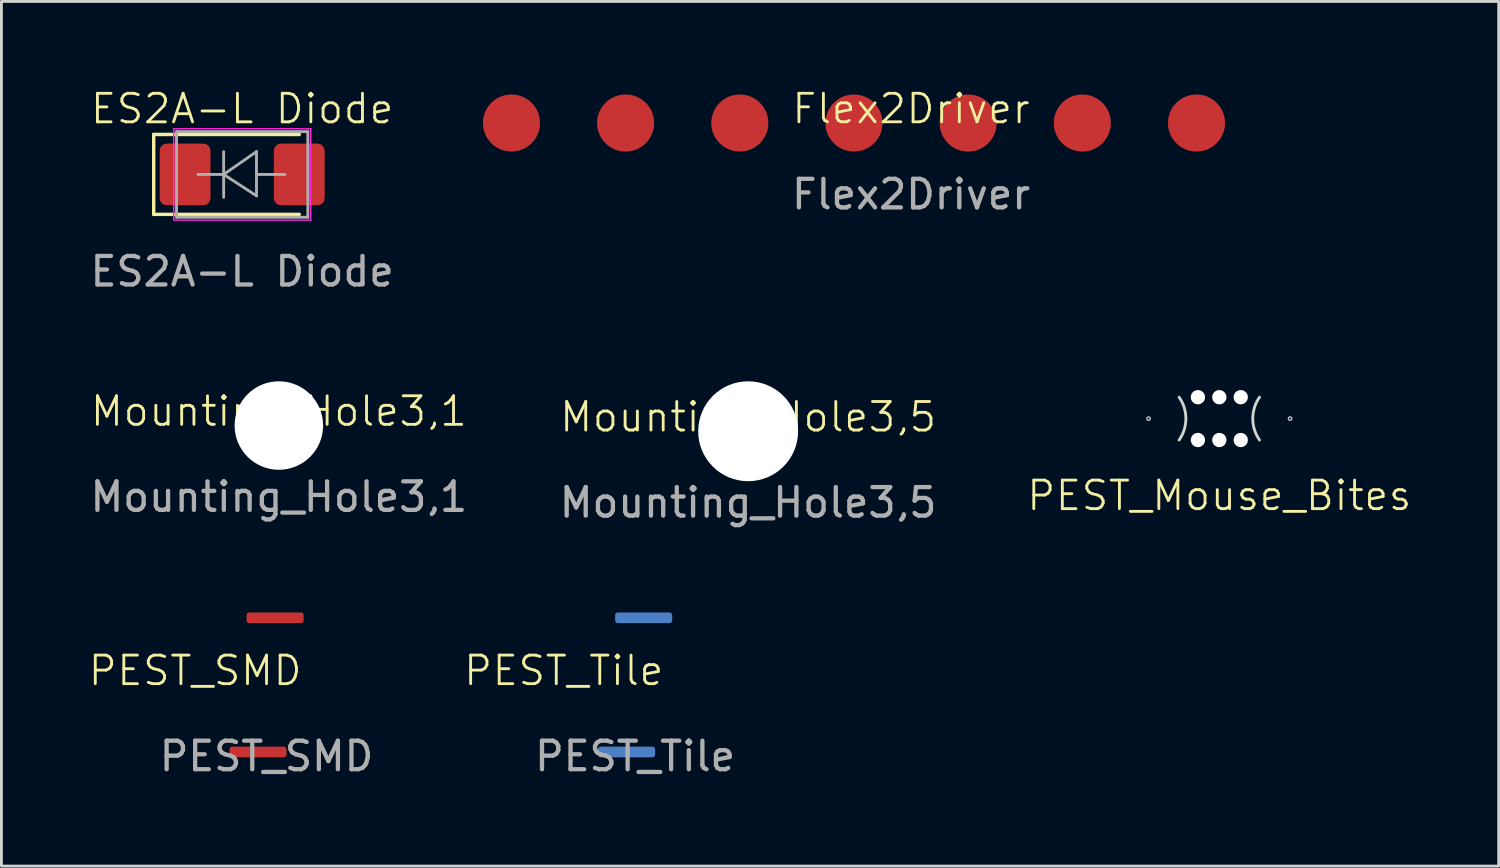
<source format=kicad_pcb>
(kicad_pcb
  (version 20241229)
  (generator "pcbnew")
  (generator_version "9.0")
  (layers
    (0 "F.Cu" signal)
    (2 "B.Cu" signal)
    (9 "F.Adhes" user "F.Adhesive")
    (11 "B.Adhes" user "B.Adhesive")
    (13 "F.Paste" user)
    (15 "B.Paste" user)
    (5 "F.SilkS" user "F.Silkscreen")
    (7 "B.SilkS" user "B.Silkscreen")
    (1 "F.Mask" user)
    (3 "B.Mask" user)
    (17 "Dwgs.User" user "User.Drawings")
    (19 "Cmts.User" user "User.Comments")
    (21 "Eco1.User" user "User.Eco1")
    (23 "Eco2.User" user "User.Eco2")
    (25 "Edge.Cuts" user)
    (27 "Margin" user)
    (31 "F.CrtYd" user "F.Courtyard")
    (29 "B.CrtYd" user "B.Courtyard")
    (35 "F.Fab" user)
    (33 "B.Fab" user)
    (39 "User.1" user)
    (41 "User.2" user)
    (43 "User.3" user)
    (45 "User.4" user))
  (footprint "Mounting_Hole3,1"
    (layer "F.Cu")
    (at 6.72 11.859)
    (property "Reference" "Mounting_Hole3,1" (at 0 -0.5 0) (unlocked yes) (layer "F.SilkS") (effects (font (size 1 1) (thickness 0.1))))
    (attr through_hole)
    (fp_text user "${REFERENCE}" (at 0 2.5 0) (unlocked yes) (layer "F.Fab") (effects (font (size 1 1) (thickness 0.15))))
    (pad "" np_thru_hole circle (at 0 0) (size 3.1 3.1) (drill 3.1) (layers "*.Cu" "*.Mask")))
  (footprint "PEST_SMD"
    (layer "F.Cu")
    (at 6.288 20.945)
    (property "Reference" "PEST_SMD" (at -2.5 -0.5 0) (unlocked yes) (layer "F.SilkS") (effects (font (size 1 1) (thickness 0.1))))
    (attr smd)
    (fp_text user "${REFERENCE}" (at 0 2.5 0) (unlocked yes) (layer "F.Fab") (effects (font (size 1 1) (thickness 0.15))))
    (pad "1" smd roundrect (at 0.3 -2.35) (size 2 0.375) (layers "F.Cu" "F.Mask" "F.Paste") (roundrect_rratio 0.25))
    (pad "2" smd roundrect (at -0.3 2.35) (size 2 0.375) (layers "F.Cu" "F.Mask" "F.Paste") (roundrect_rratio 0.25)))
  (footprint "PEST_Mouse_Bites"
    (layer "F.Cu")
    (at 39.669 14.813)
    (property "Reference" "PEST_Mouse_Bites" (at 0 -0.5 0) (unlocked yes) (layer "F.SilkS") (effects (font (size 1 1) (thickness 0.1))))
    (attr through_hole)
    (fp_circle (center -2.479 -3.197) (end -2.419 -3.197) (stroke (width 0.05) (type solid)) (fill no) (layer "Dwgs.User"))
    (fp_circle (center 2.479 -3.197) (end 2.539 -3.197) (stroke (width 0.05) (type solid)) (fill no) (layer "Dwgs.User"))
    (fp_line (start -2.479 -3.197) (end -2.479 -3.197) (stroke (width 2.615) (type solid)) (layer "Eco1.User"))
    (fp_line (start 2.479 -3.197) (end 2.479 -3.197) (stroke (width 2.615) (type solid)) (layer "Eco1.User"))
    (fp_arc (start -1.40818 -3.947) (mid -1.171834 -3.197) (end -1.40818 -2.447) (stroke (width 0.1) (type default)) (layer "Edge.Cuts"))
    (fp_arc (start 1.40818 -2.447) (mid 1.171834 -3.197) (end 1.40818 -3.947) (stroke (width 0.1) (type default)) (layer "Edge.Cuts"))
    (pad "" np_thru_hole circle (at -0.75 -3.947) (size 0.5 0.5) (drill 0.5) (layers "*.Cu" "*.Mask"))
    (pad "" np_thru_hole circle (at -0.75 -2.447) (size 0.5 0.5) (drill 0.5) (layers "*.Cu" "*.Mask"))
    (pad "" np_thru_hole circle (at 0 -3.947) (size 0.5 0.5) (drill 0.5) (layers "*.Cu" "*.Mask"))
    (pad "" np_thru_hole circle (at 0 -2.447) (size 0.5 0.5) (drill 0.5) (layers "*.Cu" "*.Mask"))
    (pad "" np_thru_hole circle (at 0.75 -3.947) (size 0.5 0.5) (drill 0.5) (layers "*.Cu" "*.Mask"))
    (pad "" np_thru_hole circle (at 0.75 -2.447) (size 0.5 0.5) (drill 0.5) (layers "*.Cu" "*.Mask")))
  (footprint "ES2A-L Diode"
    (layer "F.Cu")
    (at 5.435 3.061)
    (property "Reference" "ES2A-L Diode" (at 0 -2.3 0) (unlocked yes) (layer "F.SilkS") (effects (font (size 1 1) (thickness 0.1))))
    (attr smd)
    (fp_line (start -3.1 -1.4) (end -3.1 1.4) (stroke (width 0.12) (type solid)) (layer "F.SilkS"))
    (fp_line (start -3.1 -1.4) (end 2 -1.4) (stroke (width 0.12) (type solid)) (layer "F.SilkS"))
    (fp_line (start -3.1 1.4) (end 2 1.4) (stroke (width 0.12) (type solid)) (layer "F.SilkS"))
    (fp_line (start -2.4 -1.6) (end 2.4 -1.6) (stroke (width 0.05) (type solid)) (layer "F.CrtYd"))
    (fp_line (start -2.4 1.6) (end -2.4 -1.6) (stroke (width 0.05) (type solid)) (layer "F.CrtYd"))
    (fp_line (start 2.4 -1.6) (end 2.4 1.6) (stroke (width 0.05) (type solid)) (layer "F.CrtYd"))
    (fp_line (start 2.4 1.6) (end -2.4 1.6) (stroke (width 0.05) (type solid)) (layer "F.CrtYd"))
    (fp_line (start -2.3 1.5) (end -2.3 -1.5) (stroke (width 0.1) (type solid)) (layer "F.Fab"))
    (fp_line (start -0.649 -0.799) (end -0.649 0.801) (stroke (width 0.1) (type solid)) (layer "F.Fab"))
    (fp_line (start -0.649 0.001) (end -1.551 0.001) (stroke (width 0.1) (type solid)) (layer "F.Fab"))
    (fp_line (start -0.649 0.001) (end 0.501 -0.799) (stroke (width 0.1) (type solid)) (layer "F.Fab"))
    (fp_line (start -0.649 0.001) (end 0.501 0.75) (stroke (width 0.1) (type solid)) (layer "F.Fab"))
    (fp_line (start 0.501 0.001) (end 1.499 0.001) (stroke (width 0.1) (type solid)) (layer "F.Fab"))
    (fp_line (start 0.501 0.75) (end 0.501 -0.799) (stroke (width 0.1) (type solid)) (layer "F.Fab"))
    (fp_line (start 2.3 -1.5) (end -2.3 -1.5) (stroke (width 0.1) (type solid)) (layer "F.Fab"))
    (fp_line (start 2.3 -1.5) (end 2.3 1.5) (stroke (width 0.1) (type solid)) (layer "F.Fab"))
    (fp_line (start 2.3 1.5) (end -2.3 1.5) (stroke (width 0.1) (type solid)) (layer "F.Fab"))
    (fp_text user "${REFERENCE}" (at 0 3.4 0) (unlocked yes) (layer "F.Fab") (effects (font (size 1 1) (thickness 0.15))))
    (pad "1" smd roundrect (at -2 0) (size 1.78 2.16) (layers "F.Cu" "F.Mask" "F.Paste") (roundrect_rratio 0.139))
    (pad "2" smd roundrect (at 2 0) (size 1.78 2.16) (layers "F.Cu" "F.Mask" "F.Paste") (roundrect_rratio 0.139)))
  (footprint "Mounting_Hole3,5"
    (layer "F.Cu")
    (at 23.161 12.059)
    (property "Reference" "Mounting_Hole3,5" (at 0 -0.5 0) (unlocked yes) (layer "F.SilkS") (effects (font (size 1 1) (thickness 0.1))))
    (attr through_hole)
    (fp_text user "${REFERENCE}" (at 0 2.5 0) (unlocked yes) (layer "F.Fab") (effects (font (size 1 1) (thickness 0.15))))
    (pad "" np_thru_hole circle (at 0 0) (size 3.5 3.5) (drill 3.5) (layers "*.Cu" "*.Mask")))
  (footprint "PEST_Tile"
    (layer "F.Cu")
    (at 19.201 20.945)
    (property "Reference" "PEST_Tile" (at -2.5 -0.5 0) (unlocked yes) (layer "F.SilkS") (effects (font (size 1 1) (thickness 0.1))))
    (attr smd)
    (fp_text user "${REFERENCE}" (at 0 2.5 0) (unlocked yes) (layer "F.Fab") (effects (font (size 1 1) (thickness 0.15))))
    (pad "1" smd roundrect (at 0.3 -2.35) (size 2 0.375) (layers "B.Cu" "B.Mask" "B.Paste") (roundrect_rratio 0.25))
    (pad "2" smd roundrect (at -0.3 2.35) (size 2 0.375) (layers "B.Cu" "B.Mask" "B.Paste") (roundrect_rratio 0.25)))
  (footprint "Flex2Driver"
    (layer "F.Cu")
    (at 28.869 1.26)
    (property "Reference" "Flex2Driver" (at 0 -0.5 0) (unlocked yes) (layer "F.SilkS") (effects (font (size 1 1) (thickness 0.1))))
    (attr smd)
    (fp_text user "${REFERENCE}" (at 0 2.5 0) (unlocked yes) (layer "F.Fab") (effects (font (size 1 1) (thickness 0.15))))
    (pad "1" smd circle (at -14 0) (size 2 2) (layers "F.Cu" "F.Mask" "F.Paste"))
    (pad "2" smd circle (at -10 0) (size 2 2) (layers "F.Cu" "F.Mask" "F.Paste"))
    (pad "3" smd circle (at -6 0) (size 2 2) (layers "F.Cu" "F.Mask" "F.Paste"))
    (pad "4" smd circle (at -2 0) (size 2 2) (layers "F.Cu" "F.Mask" "F.Paste"))
    (pad "5" smd circle (at 2 0) (size 2 2) (layers "F.Cu" "F.Mask" "F.Paste"))
    (pad "6" smd circle (at 6 0) (size 2 2) (layers "F.Cu" "F.Mask" "F.Paste"))
    (pad "7" smd circle (at 10 0) (size 2 2) (layers "F.Cu" "F.Mask" "F.Paste")))
  (gr_rect
    (start -3 -3)
    (end 49.457 27.293)
    (stroke (width 0.1) (type default))
    (fill no)
    (layer "Edge.Cuts")))
</source>
